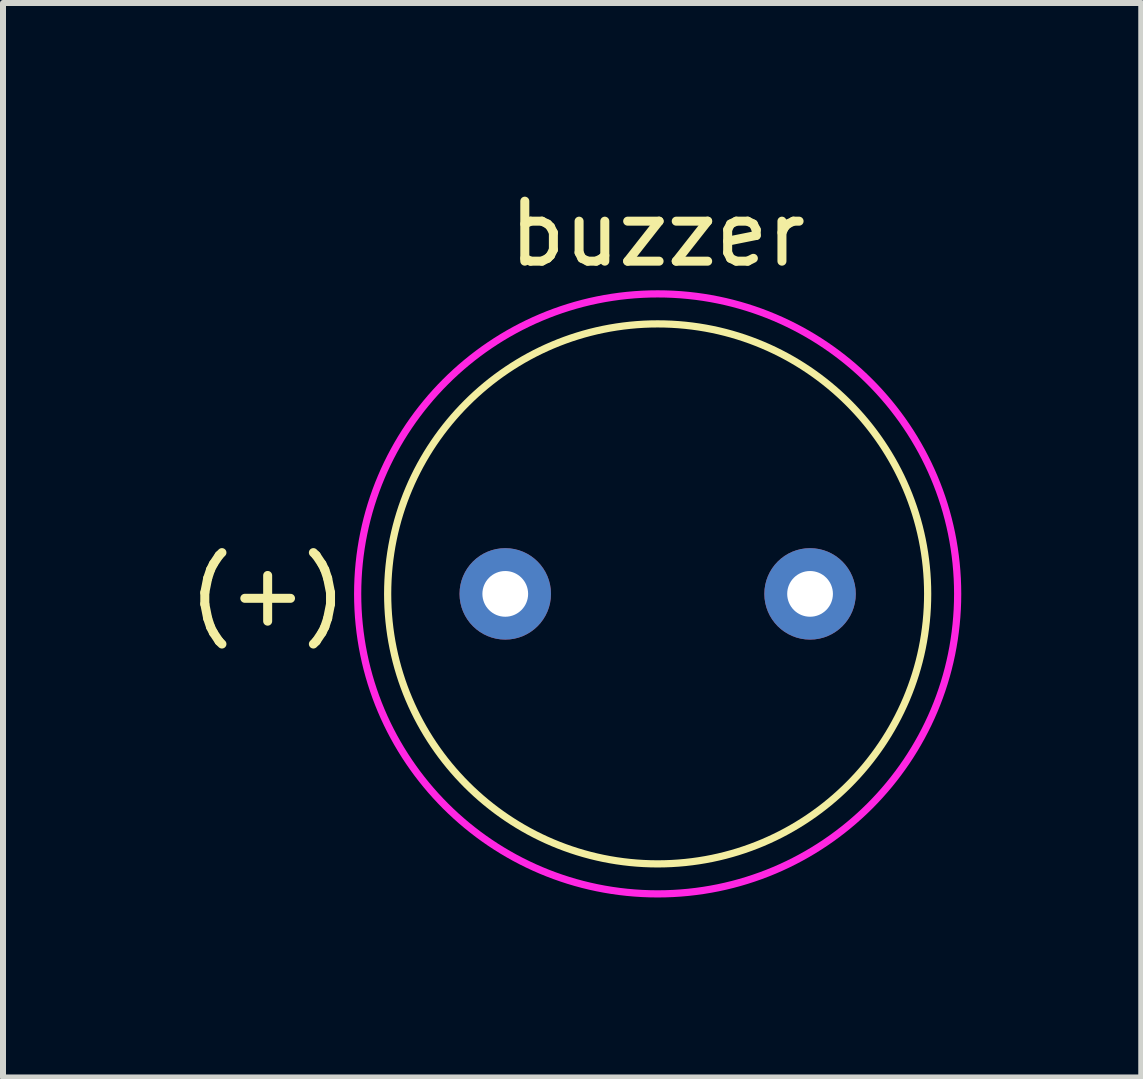
<source format=kicad_pcb>
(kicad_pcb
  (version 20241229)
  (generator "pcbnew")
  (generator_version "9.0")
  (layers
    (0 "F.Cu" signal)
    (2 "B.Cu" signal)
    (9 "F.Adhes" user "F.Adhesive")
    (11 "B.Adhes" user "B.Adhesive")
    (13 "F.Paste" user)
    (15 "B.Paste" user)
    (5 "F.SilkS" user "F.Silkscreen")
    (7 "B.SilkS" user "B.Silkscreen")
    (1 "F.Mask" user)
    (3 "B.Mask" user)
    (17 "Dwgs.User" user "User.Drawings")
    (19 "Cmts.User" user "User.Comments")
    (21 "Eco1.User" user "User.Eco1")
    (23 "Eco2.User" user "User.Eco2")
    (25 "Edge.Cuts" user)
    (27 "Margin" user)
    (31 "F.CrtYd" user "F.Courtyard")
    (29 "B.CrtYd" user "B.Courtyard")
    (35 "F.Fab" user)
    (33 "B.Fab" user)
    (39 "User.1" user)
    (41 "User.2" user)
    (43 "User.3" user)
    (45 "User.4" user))
  (footprint "buzzer"
    (layer "F.Cu")
    (at 7.911 6.848)
    (property "Reference" "buzzer" (at 0 -6 0) (layer "F.SilkS") (effects (font (size 1 1) (thickness 0.15))))
    (attr through_hole)
    (fp_circle (center 0 0) (end 4.5 0) (stroke (width 0.12) (type solid)) (fill no) (layer "F.SilkS"))
    (fp_circle (center 0 0) (end 5 0) (stroke (width 0.12) (type solid)) (fill no) (layer "F.CrtYd"))
    (fp_text user "(+)" (at -6.5 0 0) (layer "F.SilkS") (effects (font (size 1 1) (thickness 0.15))))
    (pad "1" thru_hole circle (at -2.54 0) (size 1.524 1.524) (drill 0.762) (layers "*.Cu" "*.Mask"))
    (pad "2" thru_hole circle (at 2.54 0) (size 1.524 1.524) (drill 0.762) (layers "*.Cu" "*.Mask")))
  (gr_rect
    (start -3 -3)
    (end 15.971 14.908)
    (stroke (width 0.1) (type default))
    (fill no)
    (layer "Edge.Cuts")))
</source>
